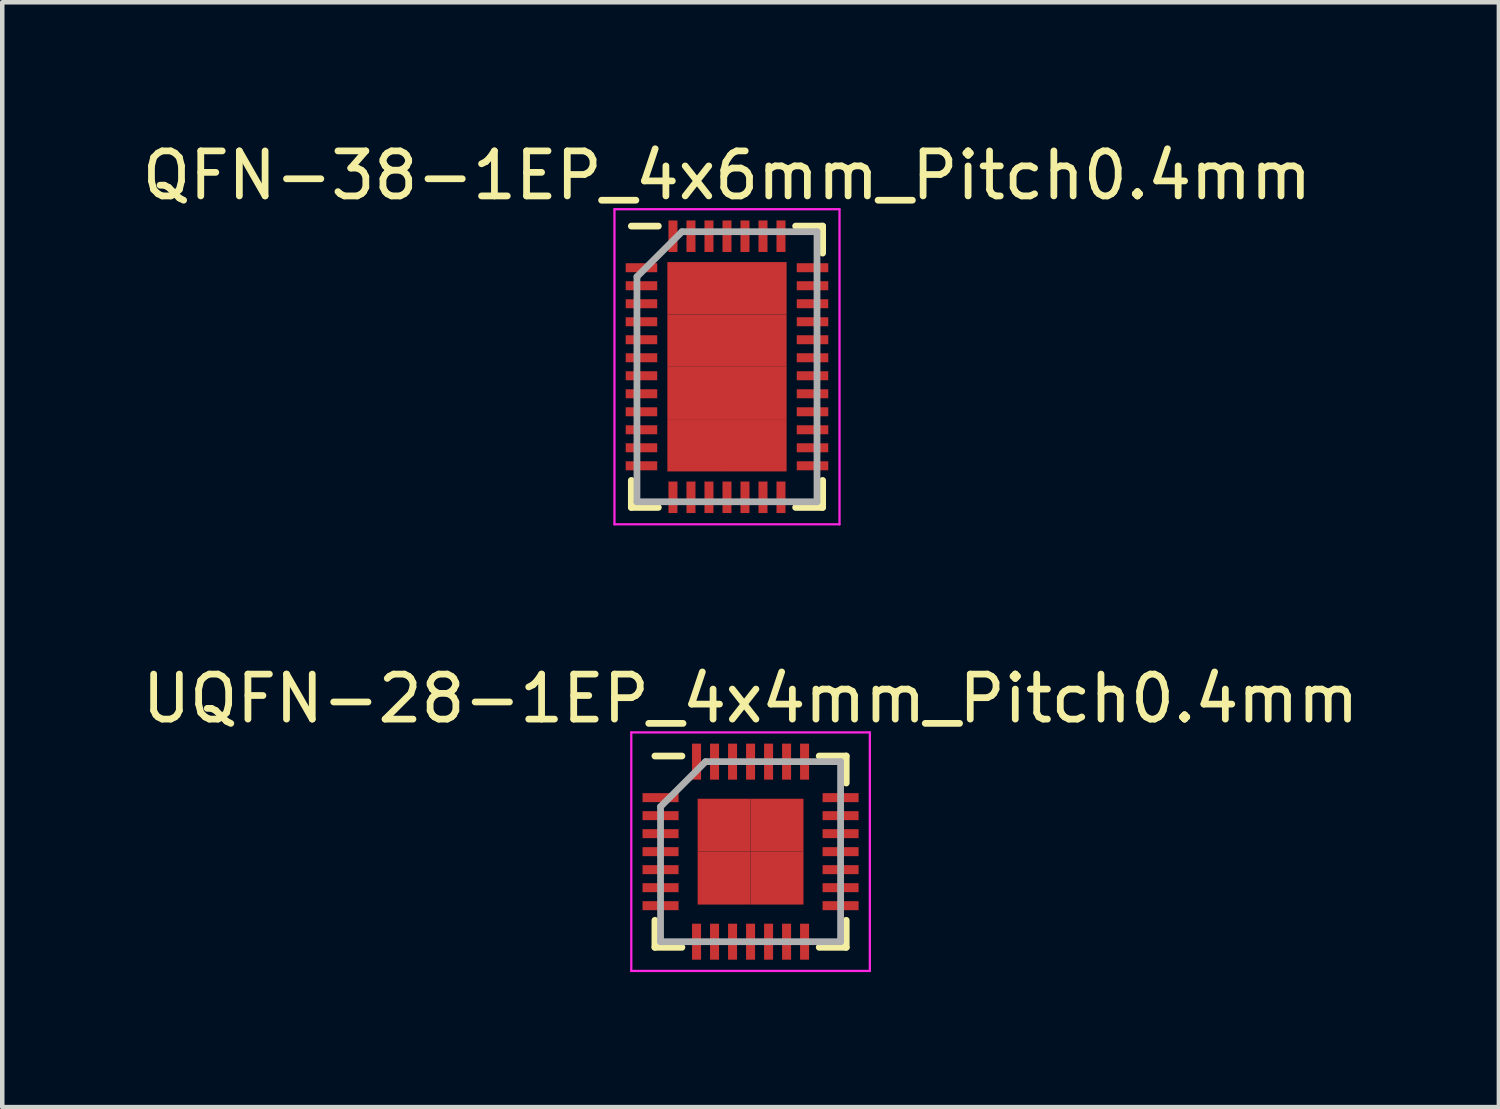
<source format=kicad_pcb>
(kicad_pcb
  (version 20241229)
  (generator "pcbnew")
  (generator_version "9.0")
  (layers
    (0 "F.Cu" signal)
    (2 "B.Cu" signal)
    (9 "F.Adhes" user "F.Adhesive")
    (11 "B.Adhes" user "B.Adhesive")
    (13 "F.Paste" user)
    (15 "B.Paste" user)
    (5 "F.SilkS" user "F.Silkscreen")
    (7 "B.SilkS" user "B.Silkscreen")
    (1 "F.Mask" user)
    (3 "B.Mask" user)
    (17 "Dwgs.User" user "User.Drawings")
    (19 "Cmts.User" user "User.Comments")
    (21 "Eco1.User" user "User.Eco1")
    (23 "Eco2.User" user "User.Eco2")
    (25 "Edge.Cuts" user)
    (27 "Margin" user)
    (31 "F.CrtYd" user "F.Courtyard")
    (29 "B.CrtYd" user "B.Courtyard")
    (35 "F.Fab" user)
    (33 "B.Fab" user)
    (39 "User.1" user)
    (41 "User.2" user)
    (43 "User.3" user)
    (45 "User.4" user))
  (footprint "UQFN-28-1EP_4x4mm_Pitch0.4mm"
    (layer "F.Cu")
    (at 13.625 15.871)
    (property "Reference" "UQFN-28-1EP_4x4mm_Pitch0.4mm" (at 0 -3.4 0) (layer "F.SilkS") (effects (font (size 1 1) (thickness 0.15))))
    (attr smd)
    (fp_line (start -2.125 -2.125) (end -1.525 -2.125) (stroke (width 0.15) (type solid)) (layer "F.SilkS"))
    (fp_line (start -2.125 2.125) (end -2.125 1.525) (stroke (width 0.15) (type solid)) (layer "F.SilkS"))
    (fp_line (start -2.125 2.125) (end -1.525 2.125) (stroke (width 0.15) (type solid)) (layer "F.SilkS"))
    (fp_line (start 2.125 -2.125) (end 1.525 -2.125) (stroke (width 0.15) (type solid)) (layer "F.SilkS"))
    (fp_line (start 2.125 -2.125) (end 2.125 -1.525) (stroke (width 0.15) (type solid)) (layer "F.SilkS"))
    (fp_line (start 2.125 2.125) (end 1.525 2.125) (stroke (width 0.15) (type solid)) (layer "F.SilkS"))
    (fp_line (start 2.125 2.125) (end 2.125 1.525) (stroke (width 0.15) (type solid)) (layer "F.SilkS"))
    (fp_line (start -2.65 -2.65) (end -2.65 2.65) (stroke (width 0.05) (type solid)) (layer "F.CrtYd"))
    (fp_line (start -2.65 -2.65) (end 2.65 -2.65) (stroke (width 0.05) (type solid)) (layer "F.CrtYd"))
    (fp_line (start -2.65 2.65) (end 2.65 2.65) (stroke (width 0.05) (type solid)) (layer "F.CrtYd"))
    (fp_line (start 2.65 -2.65) (end 2.65 2.65) (stroke (width 0.05) (type solid)) (layer "F.CrtYd"))
    (fp_line (start -2 -1) (end -1 -2) (stroke (width 0.15) (type solid)) (layer "F.Fab"))
    (fp_line (start -2 2) (end -2 -1) (stroke (width 0.15) (type solid)) (layer "F.Fab"))
    (fp_line (start -1 -2) (end 2 -2) (stroke (width 0.15) (type solid)) (layer "F.Fab"))
    (fp_line (start 2 -2) (end 2 2) (stroke (width 0.15) (type solid)) (layer "F.Fab"))
    (fp_line (start 2 2) (end -2 2) (stroke (width 0.15) (type solid)) (layer "F.Fab"))
    (pad "1" smd rect (at -2 -1.2) (size 0.8 0.2) (layers "F.Cu" "F.Mask" "F.Paste"))
    (pad "2" smd rect (at -2 -0.8) (size 0.8 0.2) (layers "F.Cu" "F.Mask" "F.Paste"))
    (pad "3" smd rect (at -2 -0.4) (size 0.8 0.2) (layers "F.Cu" "F.Mask" "F.Paste"))
    (pad "4" smd rect (at -2 0) (size 0.8 0.2) (layers "F.Cu" "F.Mask" "F.Paste"))
    (pad "5" smd rect (at -2 0.4) (size 0.8 0.2) (layers "F.Cu" "F.Mask" "F.Paste"))
    (pad "6" smd rect (at -2 0.8) (size 0.8 0.2) (layers "F.Cu" "F.Mask" "F.Paste"))
    (pad "7" smd rect (at -2 1.2) (size 0.8 0.2) (layers "F.Cu" "F.Mask" "F.Paste"))
    (pad "8" smd rect (at -1.2 2 90) (size 0.8 0.2) (layers "F.Cu" "F.Mask" "F.Paste"))
    (pad "9" smd rect (at -0.8 2 90) (size 0.8 0.2) (layers "F.Cu" "F.Mask" "F.Paste"))
    (pad "10" smd rect (at -0.4 2 90) (size 0.8 0.2) (layers "F.Cu" "F.Mask" "F.Paste"))
    (pad "11" smd rect (at 0 2 90) (size 0.8 0.2) (layers "F.Cu" "F.Mask" "F.Paste"))
    (pad "12" smd rect (at 0.4 2 90) (size 0.8 0.2) (layers "F.Cu" "F.Mask" "F.Paste"))
    (pad "13" smd rect (at 0.8 2 90) (size 0.8 0.2) (layers "F.Cu" "F.Mask" "F.Paste"))
    (pad "14" smd rect (at 1.2 2 90) (size 0.8 0.2) (layers "F.Cu" "F.Mask" "F.Paste"))
    (pad "15" smd rect (at 2 1.2) (size 0.8 0.2) (layers "F.Cu" "F.Mask" "F.Paste"))
    (pad "16" smd rect (at 2 0.8) (size 0.8 0.2) (layers "F.Cu" "F.Mask" "F.Paste"))
    (pad "17" smd rect (at 2 0.4) (size 0.8 0.2) (layers "F.Cu" "F.Mask" "F.Paste"))
    (pad "18" smd rect (at 2 0) (size 0.8 0.2) (layers "F.Cu" "F.Mask" "F.Paste"))
    (pad "19" smd rect (at 2 -0.4) (size 0.8 0.2) (layers "F.Cu" "F.Mask" "F.Paste"))
    (pad "20" smd rect (at 2 -0.8) (size 0.8 0.2) (layers "F.Cu" "F.Mask" "F.Paste"))
    (pad "21" smd rect (at 2 -1.2) (size 0.8 0.2) (layers "F.Cu" "F.Mask" "F.Paste"))
    (pad "22" smd rect (at 1.2 -2 90) (size 0.8 0.2) (layers "F.Cu" "F.Mask" "F.Paste"))
    (pad "23" smd rect (at 0.8 -2 90) (size 0.8 0.2) (layers "F.Cu" "F.Mask" "F.Paste"))
    (pad "24" smd rect (at 0.4 -2 90) (size 0.8 0.2) (layers "F.Cu" "F.Mask" "F.Paste"))
    (pad "25" smd rect (at 0 -2 90) (size 0.8 0.2) (layers "F.Cu" "F.Mask" "F.Paste"))
    (pad "26" smd rect (at -0.4 -2 90) (size 0.8 0.2) (layers "F.Cu" "F.Mask" "F.Paste"))
    (pad "27" smd rect (at -0.8 -2 90) (size 0.8 0.2) (layers "F.Cu" "F.Mask" "F.Paste"))
    (pad "28" smd rect (at -1.2 -2 90) (size 0.8 0.2) (layers "F.Cu" "F.Mask" "F.Paste"))
    (pad "29" smd rect (at -0.588 -0.588) (size 1.175 1.175) (layers "F.Cu" "F.Mask" "F.Paste"))
    (pad "29" smd rect (at -0.588 0.588) (size 1.175 1.175) (layers "F.Cu" "F.Mask" "F.Paste"))
    (pad "29" smd rect (at 0.588 -0.588) (size 1.175 1.175) (layers "F.Cu" "F.Mask" "F.Paste"))
    (pad "29" smd rect (at 0.588 0.588) (size 1.175 1.175) (layers "F.Cu" "F.Mask" "F.Paste")))
  (footprint "QFN-38-1EP_4x6mm_Pitch0.4mm"
    (layer "F.Cu")
    (at 13.101 5.098)
    (property "Reference" "QFN-38-1EP_4x6mm_Pitch0.4mm" (at 0 -4.25 0) (layer "F.SilkS") (effects (font (size 1 1) (thickness 0.15))))
    (attr smd)
    (fp_line (start -2.125 -3.125) (end -1.525 -3.125) (stroke (width 0.15) (type solid)) (layer "F.SilkS"))
    (fp_line (start -2.125 3.125) (end -2.125 2.525) (stroke (width 0.15) (type solid)) (layer "F.SilkS"))
    (fp_line (start -2.125 3.125) (end -1.525 3.125) (stroke (width 0.15) (type solid)) (layer "F.SilkS"))
    (fp_line (start 2.125 -3.125) (end 1.525 -3.125) (stroke (width 0.15) (type solid)) (layer "F.SilkS"))
    (fp_line (start 2.125 -3.125) (end 2.125 -2.525) (stroke (width 0.15) (type solid)) (layer "F.SilkS"))
    (fp_line (start 2.125 3.125) (end 1.525 3.125) (stroke (width 0.15) (type solid)) (layer "F.SilkS"))
    (fp_line (start 2.125 3.125) (end 2.125 2.525) (stroke (width 0.15) (type solid)) (layer "F.SilkS"))
    (fp_line (start -2.5 -3.5) (end -2.5 3.5) (stroke (width 0.05) (type solid)) (layer "F.CrtYd"))
    (fp_line (start -2.5 -3.5) (end 2.5 -3.5) (stroke (width 0.05) (type solid)) (layer "F.CrtYd"))
    (fp_line (start -2.5 3.5) (end 2.5 3.5) (stroke (width 0.05) (type solid)) (layer "F.CrtYd"))
    (fp_line (start 2.5 -3.5) (end 2.5 3.5) (stroke (width 0.05) (type solid)) (layer "F.CrtYd"))
    (fp_line (start -2 -2) (end -1 -3) (stroke (width 0.15) (type solid)) (layer "F.Fab"))
    (fp_line (start -2 3) (end -2 -2) (stroke (width 0.15) (type solid)) (layer "F.Fab"))
    (fp_line (start -1 -3) (end 2 -3) (stroke (width 0.15) (type solid)) (layer "F.Fab"))
    (fp_line (start 2 -3) (end 2 3) (stroke (width 0.15) (type solid)) (layer "F.Fab"))
    (fp_line (start 2 3) (end -2 3) (stroke (width 0.15) (type solid)) (layer "F.Fab"))
    (pad "1" smd rect (at -1.9 -2.2) (size 0.7 0.2) (layers "F.Cu" "F.Mask" "F.Paste"))
    (pad "2" smd rect (at -1.9 -1.8) (size 0.7 0.2) (layers "F.Cu" "F.Mask" "F.Paste"))
    (pad "3" smd rect (at -1.9 -1.4) (size 0.7 0.2) (layers "F.Cu" "F.Mask" "F.Paste"))
    (pad "4" smd rect (at -1.9 -1) (size 0.7 0.2) (layers "F.Cu" "F.Mask" "F.Paste"))
    (pad "5" smd rect (at -1.9 -0.6) (size 0.7 0.2) (layers "F.Cu" "F.Mask" "F.Paste"))
    (pad "6" smd rect (at -1.9 -0.2) (size 0.7 0.2) (layers "F.Cu" "F.Mask" "F.Paste"))
    (pad "7" smd rect (at -1.9 0.2) (size 0.7 0.2) (layers "F.Cu" "F.Mask" "F.Paste"))
    (pad "8" smd rect (at -1.9 0.6) (size 0.7 0.2) (layers "F.Cu" "F.Mask" "F.Paste"))
    (pad "9" smd rect (at -1.9 1) (size 0.7 0.2) (layers "F.Cu" "F.Mask" "F.Paste"))
    (pad "10" smd rect (at -1.9 1.4) (size 0.7 0.2) (layers "F.Cu" "F.Mask" "F.Paste"))
    (pad "11" smd rect (at -1.9 1.8) (size 0.7 0.2) (layers "F.Cu" "F.Mask" "F.Paste"))
    (pad "12" smd rect (at -1.9 2.2) (size 0.7 0.2) (layers "F.Cu" "F.Mask" "F.Paste"))
    (pad "13" smd rect (at -1.2 2.9 90) (size 0.7 0.2) (layers "F.Cu" "F.Mask" "F.Paste"))
    (pad "14" smd rect (at -0.8 2.9 90) (size 0.7 0.2) (layers "F.Cu" "F.Mask" "F.Paste"))
    (pad "15" smd rect (at -0.4 2.9 90) (size 0.7 0.2) (layers "F.Cu" "F.Mask" "F.Paste"))
    (pad "16" smd rect (at 0 2.9 90) (size 0.7 0.2) (layers "F.Cu" "F.Mask" "F.Paste"))
    (pad "17" smd rect (at 0.4 2.9 90) (size 0.7 0.2) (layers "F.Cu" "F.Mask" "F.Paste"))
    (pad "18" smd rect (at 0.8 2.9 90) (size 0.7 0.2) (layers "F.Cu" "F.Mask" "F.Paste"))
    (pad "19" smd rect (at 1.2 2.9 90) (size 0.7 0.2) (layers "F.Cu" "F.Mask" "F.Paste"))
    (pad "20" smd rect (at 1.9 2.2) (size 0.7 0.2) (layers "F.Cu" "F.Mask" "F.Paste"))
    (pad "21" smd rect (at 1.9 1.8) (size 0.7 0.2) (layers "F.Cu" "F.Mask" "F.Paste"))
    (pad "22" smd rect (at 1.9 1.4) (size 0.7 0.2) (layers "F.Cu" "F.Mask" "F.Paste"))
    (pad "23" smd rect (at 1.9 1) (size 0.7 0.2) (layers "F.Cu" "F.Mask" "F.Paste"))
    (pad "24" smd rect (at 1.9 0.6) (size 0.7 0.2) (layers "F.Cu" "F.Mask" "F.Paste"))
    (pad "25" smd rect (at 1.9 0.2) (size 0.7 0.2) (layers "F.Cu" "F.Mask" "F.Paste"))
    (pad "26" smd rect (at 1.9 -0.2) (size 0.7 0.2) (layers "F.Cu" "F.Mask" "F.Paste"))
    (pad "27" smd rect (at 1.9 -0.6) (size 0.7 0.2) (layers "F.Cu" "F.Mask" "F.Paste"))
    (pad "28" smd rect (at 1.9 -1) (size 0.7 0.2) (layers "F.Cu" "F.Mask" "F.Paste"))
    (pad "29" smd rect (at 1.9 -1.4) (size 0.7 0.2) (layers "F.Cu" "F.Mask" "F.Paste"))
    (pad "30" smd rect (at 1.9 -1.8) (size 0.7 0.2) (layers "F.Cu" "F.Mask" "F.Paste"))
    (pad "31" smd rect (at 1.9 -2.2) (size 0.7 0.2) (layers "F.Cu" "F.Mask" "F.Paste"))
    (pad "32" smd rect (at 1.2 -2.9 90) (size 0.7 0.2) (layers "F.Cu" "F.Mask" "F.Paste"))
    (pad "33" smd rect (at 0.8 -2.9 90) (size 0.7 0.2) (layers "F.Cu" "F.Mask" "F.Paste"))
    (pad "34" smd rect (at 0.4 -2.9 90) (size 0.7 0.2) (layers "F.Cu" "F.Mask" "F.Paste"))
    (pad "35" smd rect (at 0 -2.9 90) (size 0.7 0.2) (layers "F.Cu" "F.Mask" "F.Paste"))
    (pad "36" smd rect (at -0.4 -2.9 90) (size 0.7 0.2) (layers "F.Cu" "F.Mask" "F.Paste"))
    (pad "37" smd rect (at -0.8 -2.9 90) (size 0.7 0.2) (layers "F.Cu" "F.Mask" "F.Paste"))
    (pad "38" smd rect (at -1.2 -2.9 90) (size 0.7 0.2) (layers "F.Cu" "F.Mask" "F.Paste"))
    (pad "39" smd rect (at -0.662 -1.744) (size 1.325 1.163) (layers "F.Cu" "F.Mask" "F.Paste"))
    (pad "39" smd rect (at -0.662 -0.581) (size 1.325 1.163) (layers "F.Cu" "F.Mask" "F.Paste"))
    (pad "39" smd rect (at -0.662 0.581) (size 1.325 1.163) (layers "F.Cu" "F.Mask" "F.Paste"))
    (pad "39" smd rect (at -0.662 1.744) (size 1.325 1.163) (layers "F.Cu" "F.Mask" "F.Paste"))
    (pad "39" smd rect (at 0.662 -1.744) (size 1.325 1.163) (layers "F.Cu" "F.Mask" "F.Paste"))
    (pad "39" smd rect (at 0.662 -0.581) (size 1.325 1.163) (layers "F.Cu" "F.Mask" "F.Paste"))
    (pad "39" smd rect (at 0.662 0.581) (size 1.325 1.163) (layers "F.Cu" "F.Mask" "F.Paste"))
    (pad "39" smd rect (at 0.662 1.744) (size 1.325 1.163) (layers "F.Cu" "F.Mask" "F.Paste")))
  (gr_rect
    (start -3 -3)
    (end 30.25 21.547)
    (stroke (width 0.1) (type default))
    (fill no)
    (layer "Edge.Cuts")))
</source>
